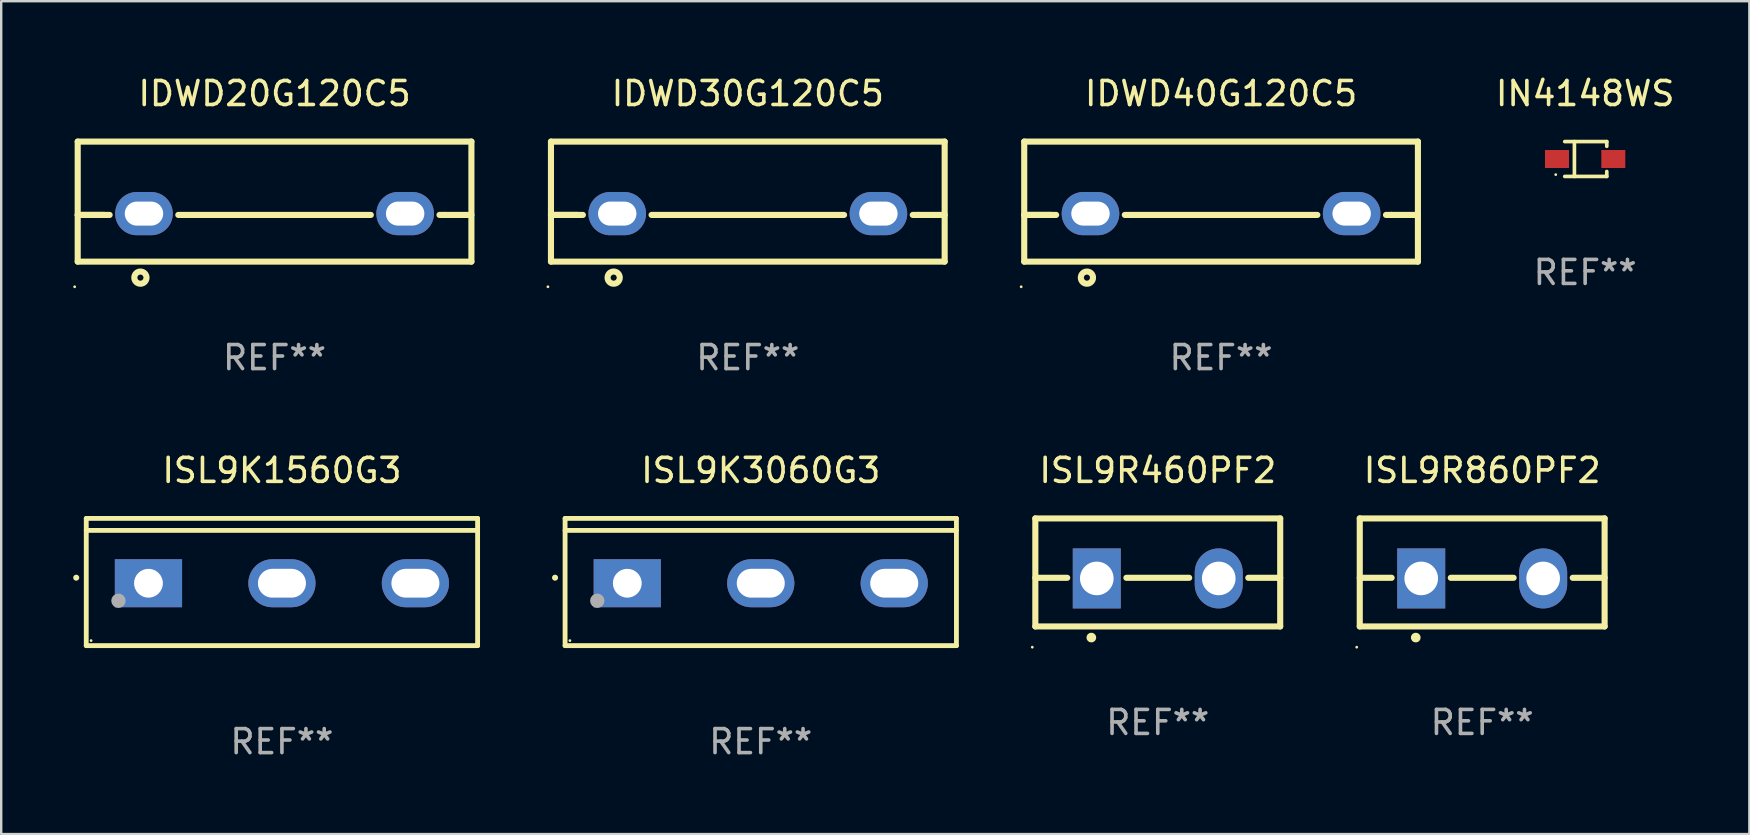
<source format=kicad_pcb>
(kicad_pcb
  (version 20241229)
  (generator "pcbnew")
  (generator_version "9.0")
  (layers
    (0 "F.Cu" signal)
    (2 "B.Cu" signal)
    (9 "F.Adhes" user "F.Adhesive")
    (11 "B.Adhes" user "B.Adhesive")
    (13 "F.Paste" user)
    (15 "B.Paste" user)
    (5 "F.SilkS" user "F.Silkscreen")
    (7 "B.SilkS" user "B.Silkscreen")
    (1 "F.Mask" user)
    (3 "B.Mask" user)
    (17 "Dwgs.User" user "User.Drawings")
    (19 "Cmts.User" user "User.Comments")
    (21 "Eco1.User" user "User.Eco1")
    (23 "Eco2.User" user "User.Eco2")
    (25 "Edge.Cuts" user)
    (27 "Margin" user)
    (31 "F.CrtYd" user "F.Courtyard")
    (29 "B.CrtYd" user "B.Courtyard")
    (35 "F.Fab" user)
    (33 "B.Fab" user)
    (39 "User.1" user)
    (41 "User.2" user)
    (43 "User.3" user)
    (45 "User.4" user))
  (footprint "IDWD30G120C5"
    (layer "F.Cu")
    (at 28.101 5.348)
    (property "Reference" "IDWD30G120C5" (at 0 -4.5 0) (layer "F.SilkS") (effects (font (size 1 1) (thickness 0.15))))
    (attr through_hole)
    (fp_line (start -8.2 -2.5) (end -8.2 2.5) (stroke (width 0.254) (type solid)) (layer "F.SilkS"))
    (fp_line (start -8.2 -2.5) (end 8.2 -2.5) (stroke (width 0.254) (type solid)) (layer "F.SilkS"))
    (fp_line (start -8.2 0.555) (end -7.09 0.555) (stroke (width 0.254) (type solid)) (layer "F.SilkS"))
    (fp_line (start -8.2 2.5) (end 8.2 2.5) (stroke (width 0.254) (type solid)) (layer "F.SilkS"))
    (fp_line (start -6.87 0.555) (end -8.2 0.555) (stroke (width 0.254) (type solid)) (layer "F.SilkS"))
    (fp_line (start 4.01 0.555) (end -4.01 0.555) (stroke (width 0.254) (type solid)) (layer "F.SilkS"))
    (fp_line (start 7.09 0.555) (end 6.87 0.555) (stroke (width 0.254) (type solid)) (layer "F.SilkS"))
    (fp_line (start 7.09 0.555) (end 8.2 0.555) (stroke (width 0.254) (type solid)) (layer "F.SilkS"))
    (fp_line (start 8.2 -2.5) (end 8.2 2.5) (stroke (width 0.254) (type solid)) (layer "F.SilkS"))
    (fp_circle (center -8.327 3.548) (end -8.297 3.548) (stroke (width 0.06) (type solid)) (fill no) (layer "F.SilkS"))
    (fp_circle (center -5.588 3.167) (end -5.334 3.167) (stroke (width 0.254) (type solid)) (fill no) (layer "F.SilkS"))
    (fp_text user "REF**" (at 0 6.5 0) (layer "F.Fab") (effects (font (size 1 1) (thickness 0.15))))
    (pad "1" thru_hole oval (at -5.44 0.5) (size 2.4 1.8) (drill oval 1.6 1) (layers "*.Cu" "*.Mask"))
    (pad "2" thru_hole oval (at 5.44 0.5) (size 2.4 1.8) (drill oval 1.6 1) (layers "*.Cu" "*.Mask")))
  (footprint "ISL9K1560G3"
    (layer "F.Cu")
    (at 8.694 21.195)
    (property "Reference" "ISL9K1560G3" (at 0 -4.65 0) (layer "F.SilkS") (effects (font (size 1 1) (thickness 0.15))))
    (attr through_hole)
    (fp_line (start -8.151 -2.65) (end -8.151 2.65) (stroke (width 0.201) (type solid)) (layer "F.SilkS"))
    (fp_line (start 8.151 -2.65) (end -8.151 -2.65) (stroke (width 0.201) (type solid)) (layer "F.SilkS"))
    (fp_line (start 8.151 -2.15) (end -8.151 -2.15) (stroke (width 0.201) (type solid)) (layer "F.SilkS"))
    (fp_line (start 8.151 2.65) (end -8.151 2.65) (stroke (width 0.201) (type solid)) (layer "F.SilkS"))
    (fp_line (start 8.151 2.65) (end 8.151 -2.65) (stroke (width 0.201) (type solid)) (layer "F.SilkS"))
    (fp_arc (start -8.570003 -0.18048) (mid -8.568733 -0.180486) (end -8.567463 -0.18048) (stroke (width 0.24892) (type solid)) (layer "F.SilkS"))
    (fp_circle (center -7.95 2.44) (end -7.92 2.44) (stroke (width 0.06) (type solid)) (fill no) (layer "F.SilkS"))
    (fp_circle (center -6.81 0.78) (end -6.66 0.78) (stroke (width 0.3) (type solid)) (fill no) (layer "F.Fab"))
    (fp_text user "REF**" (at 0 6.65 0) (layer "F.Fab") (effects (font (size 1 1) (thickness 0.15))))
    (pad "1" thru_hole rect (at -5.56 0.05 90) (size 2 2.8) (drill 1.2) (layers "*.Cu" "*.Mask"))
    (pad "2" thru_hole oval (at 0 0.05 90) (size 2 2.8) (drill oval 1.2 2) (layers "*.Cu" "*.Mask"))
    (pad "3" thru_hole oval (at 5.56 0.05 90) (size 2 2.8) (drill oval 1.2 2) (layers "*.Cu" "*.Mask")))
  (footprint "ISL9R460PF2"
    (layer "F.Cu")
    (at 45.178 20.795)
    (property "Reference" "ISL9R460PF2" (at 0 -4.25 0) (layer "F.SilkS") (effects (font (size 1 1) (thickness 0.15))))
    (attr through_hole)
    (fp_line (start -5.1 -2.25) (end -5.1 2.25) (stroke (width 0.254) (type solid)) (layer "F.SilkS"))
    (fp_line (start -5.1 0.224) (end -3.772 0.224) (stroke (width 0.254) (type solid)) (layer "F.SilkS"))
    (fp_line (start -5.1 2.25) (end 5.1 2.25) (stroke (width 0.254) (type solid)) (layer "F.SilkS"))
    (fp_line (start -1.308 0.224) (end 1.309 0.224) (stroke (width 0.254) (type solid)) (layer "F.SilkS"))
    (fp_line (start 3.771 0.224) (end 5.1 0.224) (stroke (width 0.254) (type solid)) (layer "F.SilkS"))
    (fp_line (start 5.1 -2.25) (end -5.1 -2.25) (stroke (width 0.254) (type solid)) (layer "F.SilkS"))
    (fp_line (start 5.1 -2.25) (end 5.1 2.25) (stroke (width 0.254) (type solid)) (layer "F.SilkS"))
    (fp_arc (start -2.768606 2.713805) (mid -2.767336 2.713801) (end -2.766066 2.713805) (stroke (width 0.4) (type solid)) (layer "F.SilkS"))
    (fp_circle (center -5.227 3.114) (end -5.197 3.114) (stroke (width 0.06) (type solid)) (fill no) (layer "F.SilkS"))
    (fp_text user "REF**" (at 0 6.25 0) (layer "F.Fab") (effects (font (size 1 1) (thickness 0.15))))
    (pad "1" thru_hole rect (at -2.54 0.25) (size 2 2.5) (drill 1.4) (layers "*.Cu" "*.Mask"))
    (pad "3" thru_hole oval (at 2.54 0.25) (size 2 2.5) (drill 1.4) (layers "*.Cu" "*.Mask")))
  (footprint "ISL9R860PF2"
    (layer "F.Cu")
    (at 58.692 20.795)
    (property "Reference" "ISL9R860PF2" (at 0 -4.25 0) (layer "F.SilkS") (effects (font (size 1 1) (thickness 0.15))))
    (attr through_hole)
    (fp_line (start -5.1 -2.25) (end -5.1 2.25) (stroke (width 0.254) (type solid)) (layer "F.SilkS"))
    (fp_line (start -5.1 0.224) (end -3.772 0.224) (stroke (width 0.254) (type solid)) (layer "F.SilkS"))
    (fp_line (start -5.1 2.25) (end 5.1 2.25) (stroke (width 0.254) (type solid)) (layer "F.SilkS"))
    (fp_line (start -1.308 0.224) (end 1.309 0.224) (stroke (width 0.254) (type solid)) (layer "F.SilkS"))
    (fp_line (start 3.771 0.224) (end 5.1 0.224) (stroke (width 0.254) (type solid)) (layer "F.SilkS"))
    (fp_line (start 5.1 -2.25) (end -5.1 -2.25) (stroke (width 0.254) (type solid)) (layer "F.SilkS"))
    (fp_line (start 5.1 -2.25) (end 5.1 2.25) (stroke (width 0.254) (type solid)) (layer "F.SilkS"))
    (fp_arc (start -2.768606 2.713805) (mid -2.767336 2.713801) (end -2.766066 2.713805) (stroke (width 0.4) (type solid)) (layer "F.SilkS"))
    (fp_circle (center -5.227 3.114) (end -5.197 3.114) (stroke (width 0.06) (type solid)) (fill no) (layer "F.SilkS"))
    (fp_text user "REF**" (at 0 6.25 0) (layer "F.Fab") (effects (font (size 1 1) (thickness 0.15))))
    (pad "1" thru_hole rect (at -2.54 0.25) (size 2 2.5) (drill 1.4) (layers "*.Cu" "*.Mask"))
    (pad "3" thru_hole oval (at 2.54 0.25) (size 2 2.5) (drill 1.4) (layers "*.Cu" "*.Mask")))
  (footprint "IDWD40G120C5"
    (layer "F.Cu")
    (at 47.815 5.348)
    (property "Reference" "IDWD40G120C5" (at 0 -4.5 0) (layer "F.SilkS") (effects (font (size 1 1) (thickness 0.15))))
    (attr through_hole)
    (fp_line (start -8.2 -2.5) (end -8.2 2.5) (stroke (width 0.254) (type solid)) (layer "F.SilkS"))
    (fp_line (start -8.2 -2.5) (end 8.2 -2.5) (stroke (width 0.254) (type solid)) (layer "F.SilkS"))
    (fp_line (start -8.2 0.555) (end -7.09 0.555) (stroke (width 0.254) (type solid)) (layer "F.SilkS"))
    (fp_line (start -8.2 2.5) (end 8.2 2.5) (stroke (width 0.254) (type solid)) (layer "F.SilkS"))
    (fp_line (start -6.87 0.555) (end -8.2 0.555) (stroke (width 0.254) (type solid)) (layer "F.SilkS"))
    (fp_line (start 4.01 0.555) (end -4.01 0.555) (stroke (width 0.254) (type solid)) (layer "F.SilkS"))
    (fp_line (start 7.09 0.555) (end 6.87 0.555) (stroke (width 0.254) (type solid)) (layer "F.SilkS"))
    (fp_line (start 7.09 0.555) (end 8.2 0.555) (stroke (width 0.254) (type solid)) (layer "F.SilkS"))
    (fp_line (start 8.2 -2.5) (end 8.2 2.5) (stroke (width 0.254) (type solid)) (layer "F.SilkS"))
    (fp_circle (center -8.327 3.548) (end -8.297 3.548) (stroke (width 0.06) (type solid)) (fill no) (layer "F.SilkS"))
    (fp_circle (center -5.588 3.167) (end -5.334 3.167) (stroke (width 0.254) (type solid)) (fill no) (layer "F.SilkS"))
    (fp_text user "REF**" (at 0 6.5 0) (layer "F.Fab") (effects (font (size 1 1) (thickness 0.15))))
    (pad "1" thru_hole oval (at -5.44 0.5) (size 2.4 1.8) (drill oval 1.6 1) (layers "*.Cu" "*.Mask"))
    (pad "2" thru_hole oval (at 5.44 0.5) (size 2.4 1.8) (drill oval 1.6 1) (layers "*.Cu" "*.Mask")))
  (footprint "IDWD20G120C5"
    (layer "F.Cu")
    (at 8.387 5.348)
    (property "Reference" "IDWD20G120C5" (at 0 -4.5 0) (layer "F.SilkS") (effects (font (size 1 1) (thickness 0.15))))
    (attr through_hole)
    (fp_line (start -8.2 -2.5) (end -8.2 2.5) (stroke (width 0.254) (type solid)) (layer "F.SilkS"))
    (fp_line (start -8.2 -2.5) (end 8.2 -2.5) (stroke (width 0.254) (type solid)) (layer "F.SilkS"))
    (fp_line (start -8.2 0.555) (end -7.09 0.555) (stroke (width 0.254) (type solid)) (layer "F.SilkS"))
    (fp_line (start -8.2 2.5) (end 8.2 2.5) (stroke (width 0.254) (type solid)) (layer "F.SilkS"))
    (fp_line (start -6.87 0.555) (end -8.2 0.555) (stroke (width 0.254) (type solid)) (layer "F.SilkS"))
    (fp_line (start 4.01 0.555) (end -4.01 0.555) (stroke (width 0.254) (type solid)) (layer "F.SilkS"))
    (fp_line (start 7.09 0.555) (end 6.87 0.555) (stroke (width 0.254) (type solid)) (layer "F.SilkS"))
    (fp_line (start 7.09 0.555) (end 8.2 0.555) (stroke (width 0.254) (type solid)) (layer "F.SilkS"))
    (fp_line (start 8.2 -2.5) (end 8.2 2.5) (stroke (width 0.254) (type solid)) (layer "F.SilkS"))
    (fp_circle (center -8.327 3.548) (end -8.297 3.548) (stroke (width 0.06) (type solid)) (fill no) (layer "F.SilkS"))
    (fp_circle (center -5.588 3.167) (end -5.334 3.167) (stroke (width 0.254) (type solid)) (fill no) (layer "F.SilkS"))
    (fp_text user "REF**" (at 0 6.5 0) (layer "F.Fab") (effects (font (size 1 1) (thickness 0.15))))
    (pad "1" thru_hole oval (at -5.44 0.5) (size 2.4 1.8) (drill oval 1.6 1) (layers "*.Cu" "*.Mask"))
    (pad "2" thru_hole oval (at 5.44 0.5) (size 2.4 1.8) (drill oval 1.6 1) (layers "*.Cu" "*.Mask")))
  (footprint "ISL9K3060G3"
    (layer "F.Cu")
    (at 28.64 21.195)
    (property "Reference" "ISL9K3060G3" (at 0 -4.65 0) (layer "F.SilkS") (effects (font (size 1 1) (thickness 0.15))))
    (attr through_hole)
    (fp_line (start -8.151 -2.65) (end -8.151 2.65) (stroke (width 0.201) (type solid)) (layer "F.SilkS"))
    (fp_line (start 8.151 -2.65) (end -8.151 -2.65) (stroke (width 0.201) (type solid)) (layer "F.SilkS"))
    (fp_line (start 8.151 -2.15) (end -8.151 -2.15) (stroke (width 0.201) (type solid)) (layer "F.SilkS"))
    (fp_line (start 8.151 2.65) (end -8.151 2.65) (stroke (width 0.201) (type solid)) (layer "F.SilkS"))
    (fp_line (start 8.151 2.65) (end 8.151 -2.65) (stroke (width 0.201) (type solid)) (layer "F.SilkS"))
    (fp_arc (start -8.570003 -0.18048) (mid -8.568733 -0.180486) (end -8.567463 -0.18048) (stroke (width 0.24892) (type solid)) (layer "F.SilkS"))
    (fp_circle (center -7.95 2.44) (end -7.92 2.44) (stroke (width 0.06) (type solid)) (fill no) (layer "F.SilkS"))
    (fp_circle (center -6.81 0.78) (end -6.66 0.78) (stroke (width 0.3) (type solid)) (fill no) (layer "F.Fab"))
    (fp_text user "REF**" (at 0 6.65 0) (layer "F.Fab") (effects (font (size 1 1) (thickness 0.15))))
    (pad "1" thru_hole rect (at -5.56 0.05 90) (size 2 2.8) (drill 1.2) (layers "*.Cu" "*.Mask"))
    (pad "2" thru_hole oval (at 0 0.05 90) (size 2 2.8) (drill oval 1.2 2) (layers "*.Cu" "*.Mask"))
    (pad "3" thru_hole oval (at 5.56 0.05 90) (size 2 2.8) (drill oval 1.2 2) (layers "*.Cu" "*.Mask")))
  (footprint "IN4148WS"
    (layer "F.Cu")
    (at 62.981 3.574)
    (property "Reference" "IN4148WS" (at 0 -2.726 0) (layer "F.SilkS") (effects (font (size 1 1) (thickness 0.15))))
    (attr through_hole)
    (fp_line (start -0.851 -0.726) (end 0.901 -0.726) (stroke (width 0.152) (type solid)) (layer "F.SilkS"))
    (fp_line (start -0.851 0.726) (end 0.901 0.726) (stroke (width 0.152) (type solid)) (layer "F.SilkS"))
    (fp_line (start -0.447 -0.726) (end -0.447 0.726) (stroke (width 0.152) (type solid)) (layer "F.SilkS"))
    (fp_line (start 0.901 -0.726) (end 0.901 -0.53) (stroke (width 0.152) (type solid)) (layer "F.SilkS"))
    (fp_line (start 0.901 0.726) (end 0.901 0.52) (stroke (width 0.152) (type solid)) (layer "F.SilkS"))
    (fp_circle (center -1.225 0.65) (end -1.195 0.65) (stroke (width 0.06) (type solid)) (fill no) (layer "F.SilkS"))
    (fp_text user "REF**" (at 0 4.726 0) (layer "F.Fab") (effects (font (size 1 1) (thickness 0.15))))
    (pad "1" smd rect (at -1.173 0) (size 1 0.75) (layers "F.Cu" "F.Mask" "F.Paste"))
    (pad "2" smd rect (at 1.173 0) (size 1 0.75) (layers "F.Cu" "F.Mask" "F.Paste")))
  (gr_rect
    (start -3 -3)
    (end 69.821 31.694)
    (stroke (width 0.1) (type default))
    (fill no)
    (layer "Edge.Cuts")))
</source>
